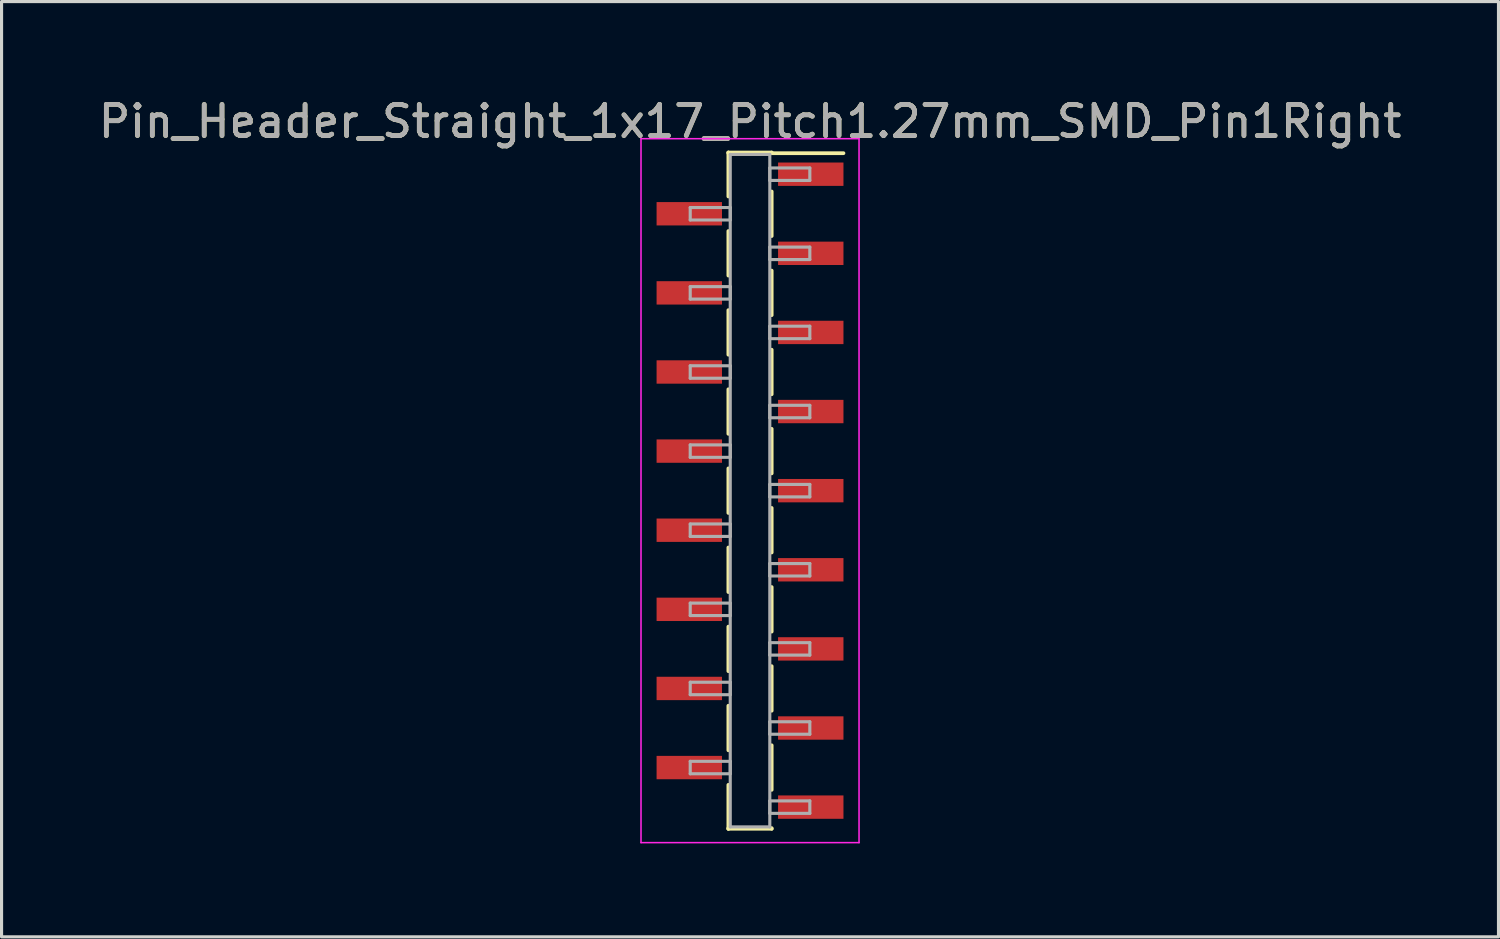
<source format=kicad_pcb>
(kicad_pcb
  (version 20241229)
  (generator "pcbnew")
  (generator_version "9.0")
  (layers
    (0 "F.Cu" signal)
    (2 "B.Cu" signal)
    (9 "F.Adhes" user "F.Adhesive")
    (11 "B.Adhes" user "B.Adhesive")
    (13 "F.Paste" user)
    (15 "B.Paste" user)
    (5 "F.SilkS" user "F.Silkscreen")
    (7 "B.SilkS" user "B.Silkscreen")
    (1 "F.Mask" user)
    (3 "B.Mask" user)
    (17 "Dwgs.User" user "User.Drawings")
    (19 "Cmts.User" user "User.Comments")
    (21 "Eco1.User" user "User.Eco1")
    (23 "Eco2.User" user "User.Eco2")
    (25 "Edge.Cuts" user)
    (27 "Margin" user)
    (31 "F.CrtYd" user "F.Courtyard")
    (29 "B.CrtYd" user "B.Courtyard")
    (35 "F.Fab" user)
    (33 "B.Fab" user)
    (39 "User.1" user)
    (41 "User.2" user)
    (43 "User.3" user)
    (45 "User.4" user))
  (footprint "Pin_Header_Straight_1x17_Pitch1.27mm_SMD_Pin1Right"
    (layer "F.Cu")
    (at 21.03 12.703)
    (property "Reference" "Pin_Header_Straight_1x17_Pitch1.27mm_SMD_Pin1Right" (at 0 -11.855 0) (layer "F.SilkS") (effects (font (size 1 1) (thickness 0.15))))
    (attr smd)
    (fp_line (start -0.695 -10.855) (end -0.695 -9.445) (stroke (width 0.12) (type solid)) (layer "F.SilkS"))
    (fp_line (start -0.695 -10.855) (end 0.695 -10.855) (stroke (width 0.12) (type solid)) (layer "F.SilkS"))
    (fp_line (start -0.695 -10.835) (end -0.695 -10.855) (stroke (width 0.12) (type solid)) (layer "F.SilkS"))
    (fp_line (start -0.695 -8.335) (end -0.695 -6.905) (stroke (width 0.12) (type solid)) (layer "F.SilkS"))
    (fp_line (start -0.695 -5.795) (end -0.695 -4.365) (stroke (width 0.12) (type solid)) (layer "F.SilkS"))
    (fp_line (start -0.695 -3.255) (end -0.695 -1.825) (stroke (width 0.12) (type solid)) (layer "F.SilkS"))
    (fp_line (start -0.695 -0.715) (end -0.695 0.715) (stroke (width 0.12) (type solid)) (layer "F.SilkS"))
    (fp_line (start -0.695 1.825) (end -0.695 3.255) (stroke (width 0.12) (type solid)) (layer "F.SilkS"))
    (fp_line (start -0.695 4.365) (end -0.695 5.795) (stroke (width 0.12) (type solid)) (layer "F.SilkS"))
    (fp_line (start -0.695 6.905) (end -0.695 8.335) (stroke (width 0.12) (type solid)) (layer "F.SilkS"))
    (fp_line (start -0.695 9.445) (end -0.695 10.855) (stroke (width 0.12) (type solid)) (layer "F.SilkS"))
    (fp_line (start -0.695 10.835) (end -0.695 10.855) (stroke (width 0.12) (type solid)) (layer "F.SilkS"))
    (fp_line (start -0.695 10.855) (end 0.695 10.855) (stroke (width 0.12) (type solid)) (layer "F.SilkS"))
    (fp_line (start 0.695 -10.855) (end 0.695 -10.835) (stroke (width 0.12) (type solid)) (layer "F.SilkS"))
    (fp_line (start 0.695 -10.835) (end 3 -10.835) (stroke (width 0.12) (type solid)) (layer "F.SilkS"))
    (fp_line (start 0.695 -9.605) (end 0.695 -8.175) (stroke (width 0.12) (type solid)) (layer "F.SilkS"))
    (fp_line (start 0.695 -7.065) (end 0.695 -5.635) (stroke (width 0.12) (type solid)) (layer "F.SilkS"))
    (fp_line (start 0.695 -4.525) (end 0.695 -3.095) (stroke (width 0.12) (type solid)) (layer "F.SilkS"))
    (fp_line (start 0.695 -1.985) (end 0.695 -0.555) (stroke (width 0.12) (type solid)) (layer "F.SilkS"))
    (fp_line (start 0.695 0.555) (end 0.695 1.985) (stroke (width 0.12) (type solid)) (layer "F.SilkS"))
    (fp_line (start 0.695 3.095) (end 0.695 4.525) (stroke (width 0.12) (type solid)) (layer "F.SilkS"))
    (fp_line (start 0.695 5.635) (end 0.695 7.065) (stroke (width 0.12) (type solid)) (layer "F.SilkS"))
    (fp_line (start 0.695 8.175) (end 0.695 9.605) (stroke (width 0.12) (type solid)) (layer "F.SilkS"))
    (fp_line (start 0.695 10.855) (end 0.695 10.835) (stroke (width 0.12) (type solid)) (layer "F.SilkS"))
    (fp_line (start -3.5 -11.3) (end -3.5 11.3) (stroke (width 0.05) (type solid)) (layer "F.CrtYd"))
    (fp_line (start -3.5 11.3) (end 3.5 11.3) (stroke (width 0.05) (type solid)) (layer "F.CrtYd"))
    (fp_line (start 3.5 -11.3) (end -3.5 -11.3) (stroke (width 0.05) (type solid)) (layer "F.CrtYd"))
    (fp_line (start 3.5 11.3) (end 3.5 -11.3) (stroke (width 0.05) (type solid)) (layer "F.CrtYd"))
    (fp_line (start -1.92 -9.09) (end -0.635 -9.09) (stroke (width 0.1) (type solid)) (layer "F.Fab"))
    (fp_line (start -1.92 -8.69) (end -1.92 -9.09) (stroke (width 0.1) (type solid)) (layer "F.Fab"))
    (fp_line (start -1.92 -6.55) (end -0.635 -6.55) (stroke (width 0.1) (type solid)) (layer "F.Fab"))
    (fp_line (start -1.92 -6.15) (end -1.92 -6.55) (stroke (width 0.1) (type solid)) (layer "F.Fab"))
    (fp_line (start -1.92 -4.01) (end -0.635 -4.01) (stroke (width 0.1) (type solid)) (layer "F.Fab"))
    (fp_line (start -1.92 -3.61) (end -1.92 -4.01) (stroke (width 0.1) (type solid)) (layer "F.Fab"))
    (fp_line (start -1.92 -1.47) (end -0.635 -1.47) (stroke (width 0.1) (type solid)) (layer "F.Fab"))
    (fp_line (start -1.92 -1.07) (end -1.92 -1.47) (stroke (width 0.1) (type solid)) (layer "F.Fab"))
    (fp_line (start -1.92 1.07) (end -0.635 1.07) (stroke (width 0.1) (type solid)) (layer "F.Fab"))
    (fp_line (start -1.92 1.47) (end -1.92 1.07) (stroke (width 0.1) (type solid)) (layer "F.Fab"))
    (fp_line (start -1.92 3.61) (end -0.635 3.61) (stroke (width 0.1) (type solid)) (layer "F.Fab"))
    (fp_line (start -1.92 4.01) (end -1.92 3.61) (stroke (width 0.1) (type solid)) (layer "F.Fab"))
    (fp_line (start -1.92 6.15) (end -0.635 6.15) (stroke (width 0.1) (type solid)) (layer "F.Fab"))
    (fp_line (start -1.92 6.55) (end -1.92 6.15) (stroke (width 0.1) (type solid)) (layer "F.Fab"))
    (fp_line (start -1.92 8.69) (end -0.635 8.69) (stroke (width 0.1) (type solid)) (layer "F.Fab"))
    (fp_line (start -1.92 9.09) (end -1.92 8.69) (stroke (width 0.1) (type solid)) (layer "F.Fab"))
    (fp_line (start -0.635 -10.795) (end -0.635 10.795) (stroke (width 0.1) (type solid)) (layer "F.Fab"))
    (fp_line (start -0.635 -9.09) (end -0.635 -8.69) (stroke (width 0.1) (type solid)) (layer "F.Fab"))
    (fp_line (start -0.635 -8.69) (end -1.92 -8.69) (stroke (width 0.1) (type solid)) (layer "F.Fab"))
    (fp_line (start -0.635 -6.55) (end -0.635 -6.15) (stroke (width 0.1) (type solid)) (layer "F.Fab"))
    (fp_line (start -0.635 -6.15) (end -1.92 -6.15) (stroke (width 0.1) (type solid)) (layer "F.Fab"))
    (fp_line (start -0.635 -4.01) (end -0.635 -3.61) (stroke (width 0.1) (type solid)) (layer "F.Fab"))
    (fp_line (start -0.635 -3.61) (end -1.92 -3.61) (stroke (width 0.1) (type solid)) (layer "F.Fab"))
    (fp_line (start -0.635 -1.47) (end -0.635 -1.07) (stroke (width 0.1) (type solid)) (layer "F.Fab"))
    (fp_line (start -0.635 -1.07) (end -1.92 -1.07) (stroke (width 0.1) (type solid)) (layer "F.Fab"))
    (fp_line (start -0.635 1.07) (end -0.635 1.47) (stroke (width 0.1) (type solid)) (layer "F.Fab"))
    (fp_line (start -0.635 1.47) (end -1.92 1.47) (stroke (width 0.1) (type solid)) (layer "F.Fab"))
    (fp_line (start -0.635 3.61) (end -0.635 4.01) (stroke (width 0.1) (type solid)) (layer "F.Fab"))
    (fp_line (start -0.635 4.01) (end -1.92 4.01) (stroke (width 0.1) (type solid)) (layer "F.Fab"))
    (fp_line (start -0.635 6.15) (end -0.635 6.55) (stroke (width 0.1) (type solid)) (layer "F.Fab"))
    (fp_line (start -0.635 6.55) (end -1.92 6.55) (stroke (width 0.1) (type solid)) (layer "F.Fab"))
    (fp_line (start -0.635 8.69) (end -0.635 9.09) (stroke (width 0.1) (type solid)) (layer "F.Fab"))
    (fp_line (start -0.635 9.09) (end -1.92 9.09) (stroke (width 0.1) (type solid)) (layer "F.Fab"))
    (fp_line (start -0.635 10.795) (end 0.635 10.795) (stroke (width 0.1) (type solid)) (layer "F.Fab"))
    (fp_line (start 0.635 -10.795) (end -0.635 -10.795) (stroke (width 0.1) (type solid)) (layer "F.Fab"))
    (fp_line (start 0.635 -10.36) (end 0.635 -9.96) (stroke (width 0.1) (type solid)) (layer "F.Fab"))
    (fp_line (start 0.635 -9.96) (end 1.92 -9.96) (stroke (width 0.1) (type solid)) (layer "F.Fab"))
    (fp_line (start 0.635 -7.82) (end 0.635 -7.42) (stroke (width 0.1) (type solid)) (layer "F.Fab"))
    (fp_line (start 0.635 -7.42) (end 1.92 -7.42) (stroke (width 0.1) (type solid)) (layer "F.Fab"))
    (fp_line (start 0.635 -5.28) (end 0.635 -4.88) (stroke (width 0.1) (type solid)) (layer "F.Fab"))
    (fp_line (start 0.635 -4.88) (end 1.92 -4.88) (stroke (width 0.1) (type solid)) (layer "F.Fab"))
    (fp_line (start 0.635 -2.74) (end 0.635 -2.34) (stroke (width 0.1) (type solid)) (layer "F.Fab"))
    (fp_line (start 0.635 -2.34) (end 1.92 -2.34) (stroke (width 0.1) (type solid)) (layer "F.Fab"))
    (fp_line (start 0.635 -0.2) (end 0.635 0.2) (stroke (width 0.1) (type solid)) (layer "F.Fab"))
    (fp_line (start 0.635 0.2) (end 1.92 0.2) (stroke (width 0.1) (type solid)) (layer "F.Fab"))
    (fp_line (start 0.635 2.34) (end 0.635 2.74) (stroke (width 0.1) (type solid)) (layer "F.Fab"))
    (fp_line (start 0.635 2.74) (end 1.92 2.74) (stroke (width 0.1) (type solid)) (layer "F.Fab"))
    (fp_line (start 0.635 4.88) (end 0.635 5.28) (stroke (width 0.1) (type solid)) (layer "F.Fab"))
    (fp_line (start 0.635 5.28) (end 1.92 5.28) (stroke (width 0.1) (type solid)) (layer "F.Fab"))
    (fp_line (start 0.635 7.42) (end 0.635 7.82) (stroke (width 0.1) (type solid)) (layer "F.Fab"))
    (fp_line (start 0.635 7.82) (end 1.92 7.82) (stroke (width 0.1) (type solid)) (layer "F.Fab"))
    (fp_line (start 0.635 9.96) (end 0.635 10.36) (stroke (width 0.1) (type solid)) (layer "F.Fab"))
    (fp_line (start 0.635 10.36) (end 1.92 10.36) (stroke (width 0.1) (type solid)) (layer "F.Fab"))
    (fp_line (start 0.635 10.795) (end 0.635 -10.795) (stroke (width 0.1) (type solid)) (layer "F.Fab"))
    (fp_line (start 1.92 -10.36) (end 0.635 -10.36) (stroke (width 0.1) (type solid)) (layer "F.Fab"))
    (fp_line (start 1.92 -9.96) (end 1.92 -10.36) (stroke (width 0.1) (type solid)) (layer "F.Fab"))
    (fp_line (start 1.92 -7.82) (end 0.635 -7.82) (stroke (width 0.1) (type solid)) (layer "F.Fab"))
    (fp_line (start 1.92 -7.42) (end 1.92 -7.82) (stroke (width 0.1) (type solid)) (layer "F.Fab"))
    (fp_line (start 1.92 -5.28) (end 0.635 -5.28) (stroke (width 0.1) (type solid)) (layer "F.Fab"))
    (fp_line (start 1.92 -4.88) (end 1.92 -5.28) (stroke (width 0.1) (type solid)) (layer "F.Fab"))
    (fp_line (start 1.92 -2.74) (end 0.635 -2.74) (stroke (width 0.1) (type solid)) (layer "F.Fab"))
    (fp_line (start 1.92 -2.34) (end 1.92 -2.74) (stroke (width 0.1) (type solid)) (layer "F.Fab"))
    (fp_line (start 1.92 -0.2) (end 0.635 -0.2) (stroke (width 0.1) (type solid)) (layer "F.Fab"))
    (fp_line (start 1.92 0.2) (end 1.92 -0.2) (stroke (width 0.1) (type solid)) (layer "F.Fab"))
    (fp_line (start 1.92 2.34) (end 0.635 2.34) (stroke (width 0.1) (type solid)) (layer "F.Fab"))
    (fp_line (start 1.92 2.74) (end 1.92 2.34) (stroke (width 0.1) (type solid)) (layer "F.Fab"))
    (fp_line (start 1.92 4.88) (end 0.635 4.88) (stroke (width 0.1) (type solid)) (layer "F.Fab"))
    (fp_line (start 1.92 5.28) (end 1.92 4.88) (stroke (width 0.1) (type solid)) (layer "F.Fab"))
    (fp_line (start 1.92 7.42) (end 0.635 7.42) (stroke (width 0.1) (type solid)) (layer "F.Fab"))
    (fp_line (start 1.92 7.82) (end 1.92 7.42) (stroke (width 0.1) (type solid)) (layer "F.Fab"))
    (fp_line (start 1.92 9.96) (end 0.635 9.96) (stroke (width 0.1) (type solid)) (layer "F.Fab"))
    (fp_line (start 1.92 10.36) (end 1.92 9.96) (stroke (width 0.1) (type solid)) (layer "F.Fab"))
    (fp_text user "${REFERENCE}" (at 0 -11.855 0) (layer "F.Fab") (effects (font (size 1 1) (thickness 0.15))))
    (pad "1" smd rect (at 1.95 -10.16) (size 2.1 0.75) (layers "F.Cu" "F.Mask" "F.Paste"))
    (pad "2" smd rect (at -1.95 -8.89) (size 2.1 0.75) (layers "F.Cu" "F.Mask" "F.Paste"))
    (pad "3" smd rect (at 1.95 -7.62) (size 2.1 0.75) (layers "F.Cu" "F.Mask" "F.Paste"))
    (pad "4" smd rect (at -1.95 -6.35) (size 2.1 0.75) (layers "F.Cu" "F.Mask" "F.Paste"))
    (pad "5" smd rect (at 1.95 -5.08) (size 2.1 0.75) (layers "F.Cu" "F.Mask" "F.Paste"))
    (pad "6" smd rect (at -1.95 -3.81) (size 2.1 0.75) (layers "F.Cu" "F.Mask" "F.Paste"))
    (pad "7" smd rect (at 1.95 -2.54) (size 2.1 0.75) (layers "F.Cu" "F.Mask" "F.Paste"))
    (pad "8" smd rect (at -1.95 -1.27) (size 2.1 0.75) (layers "F.Cu" "F.Mask" "F.Paste"))
    (pad "9" smd rect (at 1.95 0) (size 2.1 0.75) (layers "F.Cu" "F.Mask" "F.Paste"))
    (pad "10" smd rect (at -1.95 1.27) (size 2.1 0.75) (layers "F.Cu" "F.Mask" "F.Paste"))
    (pad "11" smd rect (at 1.95 2.54) (size 2.1 0.75) (layers "F.Cu" "F.Mask" "F.Paste"))
    (pad "12" smd rect (at -1.95 3.81) (size 2.1 0.75) (layers "F.Cu" "F.Mask" "F.Paste"))
    (pad "13" smd rect (at 1.95 5.08) (size 2.1 0.75) (layers "F.Cu" "F.Mask" "F.Paste"))
    (pad "14" smd rect (at -1.95 6.35) (size 2.1 0.75) (layers "F.Cu" "F.Mask" "F.Paste"))
    (pad "15" smd rect (at 1.95 7.62) (size 2.1 0.75) (layers "F.Cu" "F.Mask" "F.Paste"))
    (pad "16" smd rect (at -1.95 8.89) (size 2.1 0.75) (layers "F.Cu" "F.Mask" "F.Paste"))
    (pad "17" smd rect (at 1.95 10.16) (size 2.1 0.75) (layers "F.Cu" "F.Mask" "F.Paste")))
  (gr_rect
    (start -3 -3)
    (end 45.06 27.028)
    (stroke (width 0.1) (type default))
    (fill no)
    (layer "Edge.Cuts")))
</source>
